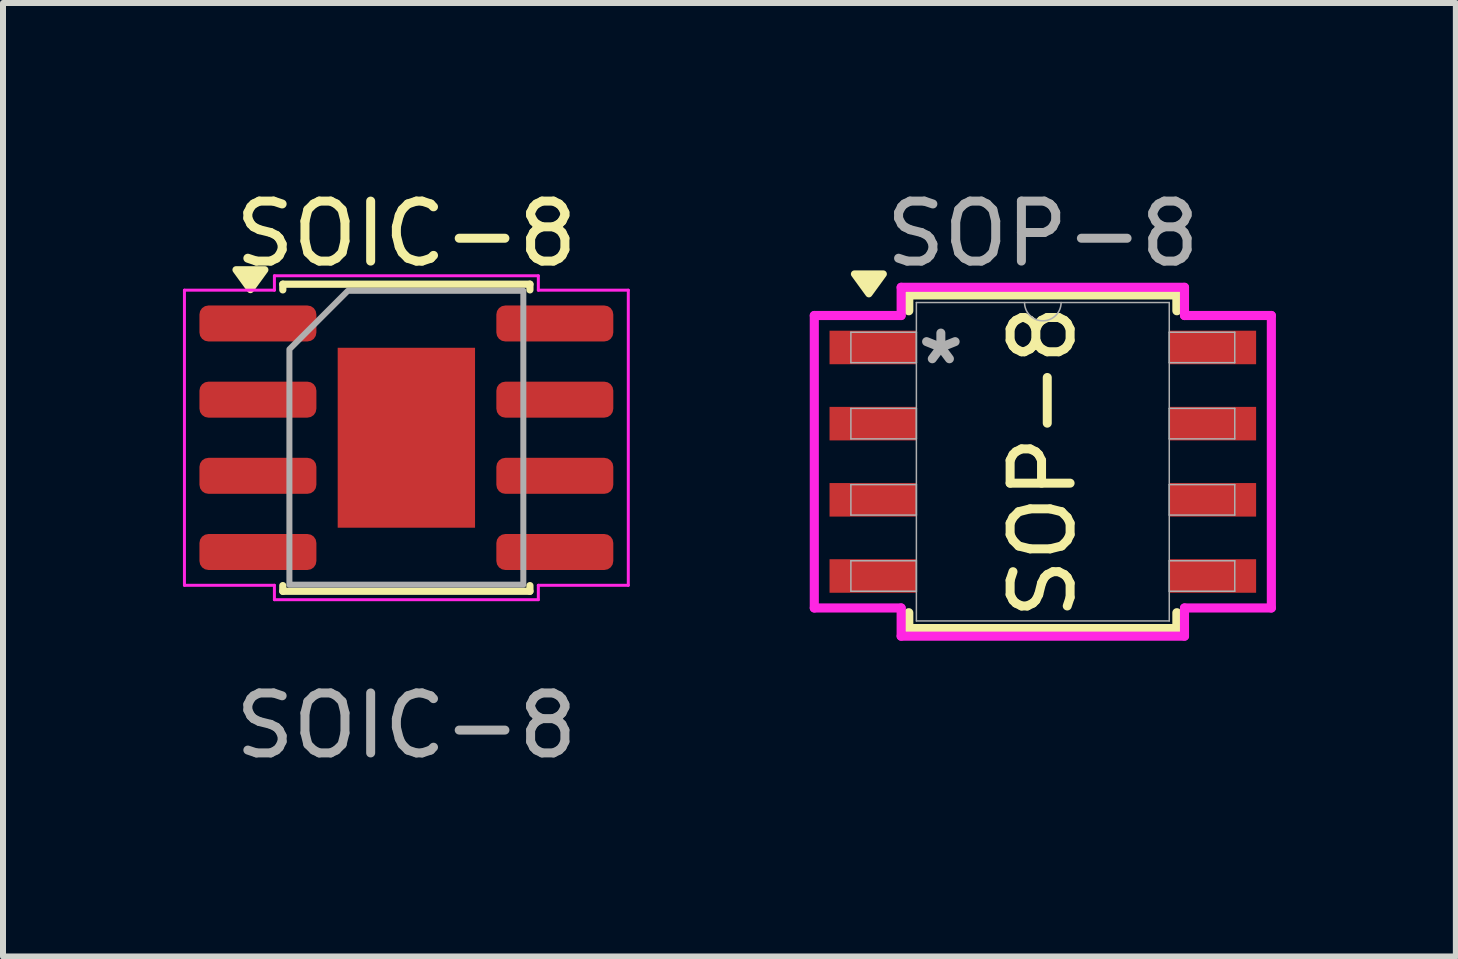
<source format=kicad_pcb>
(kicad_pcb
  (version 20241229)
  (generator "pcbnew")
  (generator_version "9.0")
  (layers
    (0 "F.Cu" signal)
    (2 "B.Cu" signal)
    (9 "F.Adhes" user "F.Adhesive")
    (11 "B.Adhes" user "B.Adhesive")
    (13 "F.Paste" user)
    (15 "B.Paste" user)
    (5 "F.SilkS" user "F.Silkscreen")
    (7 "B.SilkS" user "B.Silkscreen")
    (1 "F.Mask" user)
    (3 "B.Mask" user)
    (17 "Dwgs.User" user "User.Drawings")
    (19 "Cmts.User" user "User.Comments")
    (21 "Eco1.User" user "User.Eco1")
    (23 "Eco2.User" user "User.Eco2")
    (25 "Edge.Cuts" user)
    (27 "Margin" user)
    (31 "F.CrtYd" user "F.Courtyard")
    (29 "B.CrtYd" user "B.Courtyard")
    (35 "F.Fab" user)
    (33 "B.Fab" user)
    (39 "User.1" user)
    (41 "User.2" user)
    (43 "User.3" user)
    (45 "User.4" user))
  (footprint "SOP-8"
    (layer "F.Cu")
    (at 14.336 4.648)
    (property "Reference" "SOP-8" (at 0 0 90) (unlocked yes) (layer "F.SilkS") (effects (font (size 1 1) (thickness 0.15))))
    (attr smd)
    (fp_line (start -2.235 -2.781) (end -2.235 -2.517) (stroke (width 0.152) (type solid)) (layer "F.SilkS"))
    (fp_line (start -2.235 2.517) (end -2.235 2.781) (stroke (width 0.152) (type solid)) (layer "F.SilkS"))
    (fp_line (start -2.235 2.781) (end 2.235 2.781) (stroke (width 0.152) (type solid)) (layer "F.SilkS"))
    (fp_line (start 2.235 -2.781) (end -2.235 -2.781) (stroke (width 0.152) (type solid)) (layer "F.SilkS"))
    (fp_line (start 2.235 -2.517) (end 2.235 -2.781) (stroke (width 0.152) (type solid)) (layer "F.SilkS"))
    (fp_line (start 2.235 2.781) (end 2.235 2.517) (stroke (width 0.152) (type solid)) (layer "F.SilkS"))
    (fp_poly (pts (xy -2.9 -2.8) (xy -3.14 -3.13) (xy -2.66 -3.13)) (stroke (width 0.12) (type solid)) (fill yes) (layer "F.SilkS"))
    (fp_line (start -3.81 -2.438) (end -2.362 -2.438) (stroke (width 0.152) (type solid)) (layer "F.CrtYd"))
    (fp_line (start -3.81 2.438) (end -3.81 -2.438) (stroke (width 0.152) (type solid)) (layer "F.CrtYd"))
    (fp_line (start -3.81 2.438) (end -2.362 2.438) (stroke (width 0.152) (type solid)) (layer "F.CrtYd"))
    (fp_line (start -2.362 -2.908) (end 2.362 -2.908) (stroke (width 0.152) (type solid)) (layer "F.CrtYd"))
    (fp_line (start -2.362 -2.438) (end -2.362 -2.908) (stroke (width 0.152) (type solid)) (layer "F.CrtYd"))
    (fp_line (start -2.362 2.908) (end -2.362 2.438) (stroke (width 0.152) (type solid)) (layer "F.CrtYd"))
    (fp_line (start 2.362 -2.908) (end 2.362 -2.438) (stroke (width 0.152) (type solid)) (layer "F.CrtYd"))
    (fp_line (start 2.362 2.438) (end 2.362 2.908) (stroke (width 0.152) (type solid)) (layer "F.CrtYd"))
    (fp_line (start 2.362 2.908) (end -2.362 2.908) (stroke (width 0.152) (type solid)) (layer "F.CrtYd"))
    (fp_line (start 3.81 -2.438) (end 2.362 -2.438) (stroke (width 0.152) (type solid)) (layer "F.CrtYd"))
    (fp_line (start 3.81 -2.438) (end 3.81 2.438) (stroke (width 0.152) (type solid)) (layer "F.CrtYd"))
    (fp_line (start 3.81 2.438) (end 2.362 2.438) (stroke (width 0.152) (type solid)) (layer "F.CrtYd"))
    (fp_line (start -3.2 -2.159) (end -3.2 -1.651) (stroke (width 0.025) (type solid)) (layer "F.Fab"))
    (fp_line (start -3.2 -1.651) (end -2.108 -1.651) (stroke (width 0.025) (type solid)) (layer "F.Fab"))
    (fp_line (start -3.2 -0.889) (end -3.2 -0.381) (stroke (width 0.025) (type solid)) (layer "F.Fab"))
    (fp_line (start -3.2 -0.381) (end -2.108 -0.381) (stroke (width 0.025) (type solid)) (layer "F.Fab"))
    (fp_line (start -3.2 0.381) (end -3.2 0.889) (stroke (width 0.025) (type solid)) (layer "F.Fab"))
    (fp_line (start -3.2 0.889) (end -2.108 0.889) (stroke (width 0.025) (type solid)) (layer "F.Fab"))
    (fp_line (start -3.2 1.651) (end -3.2 2.159) (stroke (width 0.025) (type solid)) (layer "F.Fab"))
    (fp_line (start -3.2 2.159) (end -2.108 2.159) (stroke (width 0.025) (type solid)) (layer "F.Fab"))
    (fp_line (start -2.108 -2.654) (end -2.108 2.654) (stroke (width 0.025) (type solid)) (layer "F.Fab"))
    (fp_line (start -2.108 -2.159) (end -3.2 -2.159) (stroke (width 0.025) (type solid)) (layer "F.Fab"))
    (fp_line (start -2.108 -1.651) (end -2.108 -2.159) (stroke (width 0.025) (type solid)) (layer "F.Fab"))
    (fp_line (start -2.108 -0.889) (end -3.2 -0.889) (stroke (width 0.025) (type solid)) (layer "F.Fab"))
    (fp_line (start -2.108 -0.381) (end -2.108 -0.889) (stroke (width 0.025) (type solid)) (layer "F.Fab"))
    (fp_line (start -2.108 0.381) (end -3.2 0.381) (stroke (width 0.025) (type solid)) (layer "F.Fab"))
    (fp_line (start -2.108 0.889) (end -2.108 0.381) (stroke (width 0.025) (type solid)) (layer "F.Fab"))
    (fp_line (start -2.108 1.651) (end -3.2 1.651) (stroke (width 0.025) (type solid)) (layer "F.Fab"))
    (fp_line (start -2.108 2.159) (end -2.108 1.651) (stroke (width 0.025) (type solid)) (layer "F.Fab"))
    (fp_line (start -2.108 2.654) (end 2.108 2.654) (stroke (width 0.025) (type solid)) (layer "F.Fab"))
    (fp_line (start 2.108 -2.654) (end -2.108 -2.654) (stroke (width 0.025) (type solid)) (layer "F.Fab"))
    (fp_line (start 2.108 -2.159) (end 2.108 -1.651) (stroke (width 0.025) (type solid)) (layer "F.Fab"))
    (fp_line (start 2.108 -1.651) (end 3.2 -1.651) (stroke (width 0.025) (type solid)) (layer "F.Fab"))
    (fp_line (start 2.108 -0.889) (end 2.108 -0.381) (stroke (width 0.025) (type solid)) (layer "F.Fab"))
    (fp_line (start 2.108 -0.381) (end 3.2 -0.381) (stroke (width 0.025) (type solid)) (layer "F.Fab"))
    (fp_line (start 2.108 0.381) (end 2.108 0.889) (stroke (width 0.025) (type solid)) (layer "F.Fab"))
    (fp_line (start 2.108 0.889) (end 3.2 0.889) (stroke (width 0.025) (type solid)) (layer "F.Fab"))
    (fp_line (start 2.108 1.651) (end 2.108 2.159) (stroke (width 0.025) (type solid)) (layer "F.Fab"))
    (fp_line (start 2.108 2.159) (end 3.2 2.159) (stroke (width 0.025) (type solid)) (layer "F.Fab"))
    (fp_line (start 2.108 2.654) (end 2.108 -2.654) (stroke (width 0.025) (type solid)) (layer "F.Fab"))
    (fp_line (start 3.2 -2.159) (end 2.108 -2.159) (stroke (width 0.025) (type solid)) (layer "F.Fab"))
    (fp_line (start 3.2 -1.651) (end 3.2 -2.159) (stroke (width 0.025) (type solid)) (layer "F.Fab"))
    (fp_line (start 3.2 -0.889) (end 2.108 -0.889) (stroke (width 0.025) (type solid)) (layer "F.Fab"))
    (fp_line (start 3.2 -0.381) (end 3.2 -0.889) (stroke (width 0.025) (type solid)) (layer "F.Fab"))
    (fp_line (start 3.2 0.381) (end 2.108 0.381) (stroke (width 0.025) (type solid)) (layer "F.Fab"))
    (fp_line (start 3.2 0.889) (end 3.2 0.381) (stroke (width 0.025) (type solid)) (layer "F.Fab"))
    (fp_line (start 3.2 1.651) (end 2.108 1.651) (stroke (width 0.025) (type solid)) (layer "F.Fab"))
    (fp_line (start 3.2 2.159) (end 3.2 1.651) (stroke (width 0.025) (type solid)) (layer "F.Fab"))
    (fp_arc (start 0.3048 -2.6543) (mid 0 -2.3495) (end -0.3048 -2.6543) (stroke (width 0.0254) (type solid)) (layer "F.Fab"))
    (fp_text user "*" (at -1.7 -1.6 0) (unlocked yes) (layer "F.Fab") (effects (font (size 1 1) (thickness 0.15))))
    (fp_text user "${REFERENCE}" (at 0 -3.8 0) (unlocked yes) (layer "F.Fab") (effects (font (size 1 1) (thickness 0.15))))
    (pad "1" smd rect (at -2.832 -1.905) (size 1.448 0.559) (layers "F.Cu" "F.Mask" "F.Paste"))
    (pad "2" smd rect (at -2.832 -0.635) (size 1.448 0.559) (layers "F.Cu" "F.Mask" "F.Paste"))
    (pad "3" smd rect (at -2.832 0.635) (size 1.448 0.559) (layers "F.Cu" "F.Mask" "F.Paste"))
    (pad "4" smd rect (at -2.832 1.905) (size 1.448 0.559) (layers "F.Cu" "F.Mask" "F.Paste"))
    (pad "5" smd rect (at 2.832 1.905) (size 1.448 0.559) (layers "F.Cu" "F.Mask" "F.Paste"))
    (pad "6" smd rect (at 2.832 0.635) (size 1.448 0.559) (layers "F.Cu" "F.Mask" "F.Paste"))
    (pad "7" smd rect (at 2.832 -0.635) (size 1.448 0.559) (layers "F.Cu" "F.Mask" "F.Paste"))
    (pad "8" smd rect (at 2.832 -1.905) (size 1.448 0.559) (layers "F.Cu" "F.Mask" "F.Paste")))
  (footprint "SOIC-8"
    (layer "F.Cu")
    (at 3.725 4.248)
    (property "Reference" "SOIC-8" (at 0 -3.4 0) (layer "F.SilkS") (effects (font (size 1 1) (thickness 0.15))))
    (attr smd)
    (fp_line (start -2.06 -2.56) (end 2.06 -2.56) (stroke (width 0.12) (type solid)) (layer "F.SilkS"))
    (fp_line (start -2.06 -2.465) (end -2.06 -2.56) (stroke (width 0.12) (type solid)) (layer "F.SilkS"))
    (fp_line (start -2.06 2.56) (end -2.06 2.465) (stroke (width 0.12) (type solid)) (layer "F.SilkS"))
    (fp_line (start 2.06 -2.56) (end 2.06 -2.465) (stroke (width 0.12) (type solid)) (layer "F.SilkS"))
    (fp_line (start 2.06 2.465) (end 2.06 2.56) (stroke (width 0.12) (type solid)) (layer "F.SilkS"))
    (fp_line (start 2.06 2.56) (end -2.06 2.56) (stroke (width 0.12) (type solid)) (layer "F.SilkS"))
    (fp_poly (pts (xy -2.6 -2.47) (xy -2.84 -2.8) (xy -2.36 -2.8)) (stroke (width 0.12) (type solid)) (fill yes) (layer "F.SilkS"))
    (fp_line (start -3.7 -2.46) (end -2.2 -2.46) (stroke (width 0.05) (type solid)) (layer "F.CrtYd"))
    (fp_line (start -3.7 2.46) (end -3.7 -2.46) (stroke (width 0.05) (type solid)) (layer "F.CrtYd"))
    (fp_line (start -2.2 -2.7) (end 2.2 -2.7) (stroke (width 0.05) (type solid)) (layer "F.CrtYd"))
    (fp_line (start -2.2 -2.46) (end -2.2 -2.7) (stroke (width 0.05) (type solid)) (layer "F.CrtYd"))
    (fp_line (start -2.2 2.46) (end -3.7 2.46) (stroke (width 0.05) (type solid)) (layer "F.CrtYd"))
    (fp_line (start -2.2 2.7) (end -2.2 2.46) (stroke (width 0.05) (type solid)) (layer "F.CrtYd"))
    (fp_line (start 2.2 -2.7) (end 2.2 -2.46) (stroke (width 0.05) (type solid)) (layer "F.CrtYd"))
    (fp_line (start 2.2 -2.46) (end 3.7 -2.46) (stroke (width 0.05) (type solid)) (layer "F.CrtYd"))
    (fp_line (start 2.2 2.46) (end 2.2 2.7) (stroke (width 0.05) (type solid)) (layer "F.CrtYd"))
    (fp_line (start 2.2 2.7) (end -2.2 2.7) (stroke (width 0.05) (type solid)) (layer "F.CrtYd"))
    (fp_line (start 3.7 -2.46) (end 3.7 2.46) (stroke (width 0.05) (type solid)) (layer "F.CrtYd"))
    (fp_line (start 3.7 2.46) (end 2.2 2.46) (stroke (width 0.05) (type solid)) (layer "F.CrtYd"))
    (fp_poly (pts (xy -1.95 -1.475) (xy -1.95 2.45) (xy 1.95 2.45) (xy 1.95 -2.45) (xy -0.975 -2.45)) (stroke (width 0.1) (type solid)) (fill no) (layer "F.Fab"))
    (fp_text user "${REFERENCE}" (at 0 4.8 180) (layer "F.Fab") (effects (font (size 1 1) (thickness 0.15))))
    (pad "" smd roundrect (at -0.57 -0.75) (size 0.92 1.21) (layers "F.Paste") (roundrect_rratio 0.25))
    (pad "" smd roundrect (at -0.57 0.75) (size 0.92 1.21) (layers "F.Paste") (roundrect_rratio 0.25))
    (pad "" smd roundrect (at 0.57 -0.75) (size 0.92 1.21) (layers "F.Paste") (roundrect_rratio 0.25))
    (pad "" smd roundrect (at 0.57 0.75) (size 0.92 1.21) (layers "F.Paste") (roundrect_rratio 0.25))
    (pad "1" smd roundrect (at -2.475 -1.905) (size 1.95 0.6) (layers "F.Cu" "F.Mask" "F.Paste") (roundrect_rratio 0.25))
    (pad "2" smd roundrect (at -2.475 -0.635) (size 1.95 0.6) (layers "F.Cu" "F.Mask" "F.Paste") (roundrect_rratio 0.25))
    (pad "3" smd roundrect (at -2.475 0.635) (size 1.95 0.6) (layers "F.Cu" "F.Mask" "F.Paste") (roundrect_rratio 0.25))
    (pad "4" smd roundrect (at -2.475 1.905) (size 1.95 0.6) (layers "F.Cu" "F.Mask" "F.Paste") (roundrect_rratio 0.25))
    (pad "5" smd roundrect (at 2.475 1.905) (size 1.95 0.6) (layers "F.Cu" "F.Mask" "F.Paste") (roundrect_rratio 0.25))
    (pad "6" smd roundrect (at 2.475 0.635) (size 1.95 0.6) (layers "F.Cu" "F.Mask" "F.Paste") (roundrect_rratio 0.25))
    (pad "7" smd roundrect (at 2.475 -0.635) (size 1.95 0.6) (layers "F.Cu" "F.Mask" "F.Paste") (roundrect_rratio 0.25))
    (pad "8" smd roundrect (at 2.475 -1.905) (size 1.95 0.6) (layers "F.Cu" "F.Mask" "F.Paste") (roundrect_rratio 0.25))
    (pad "9" smd rect (at 0 0) (size 2.29 3) (property pad_prop_heatsink) (layers "F.Cu" "F.Mask")))
  (gr_rect
    (start -3 -3)
    (end 21.222 12.896)
    (stroke (width 0.1) (type default))
    (fill no)
    (layer "Edge.Cuts")))
</source>
